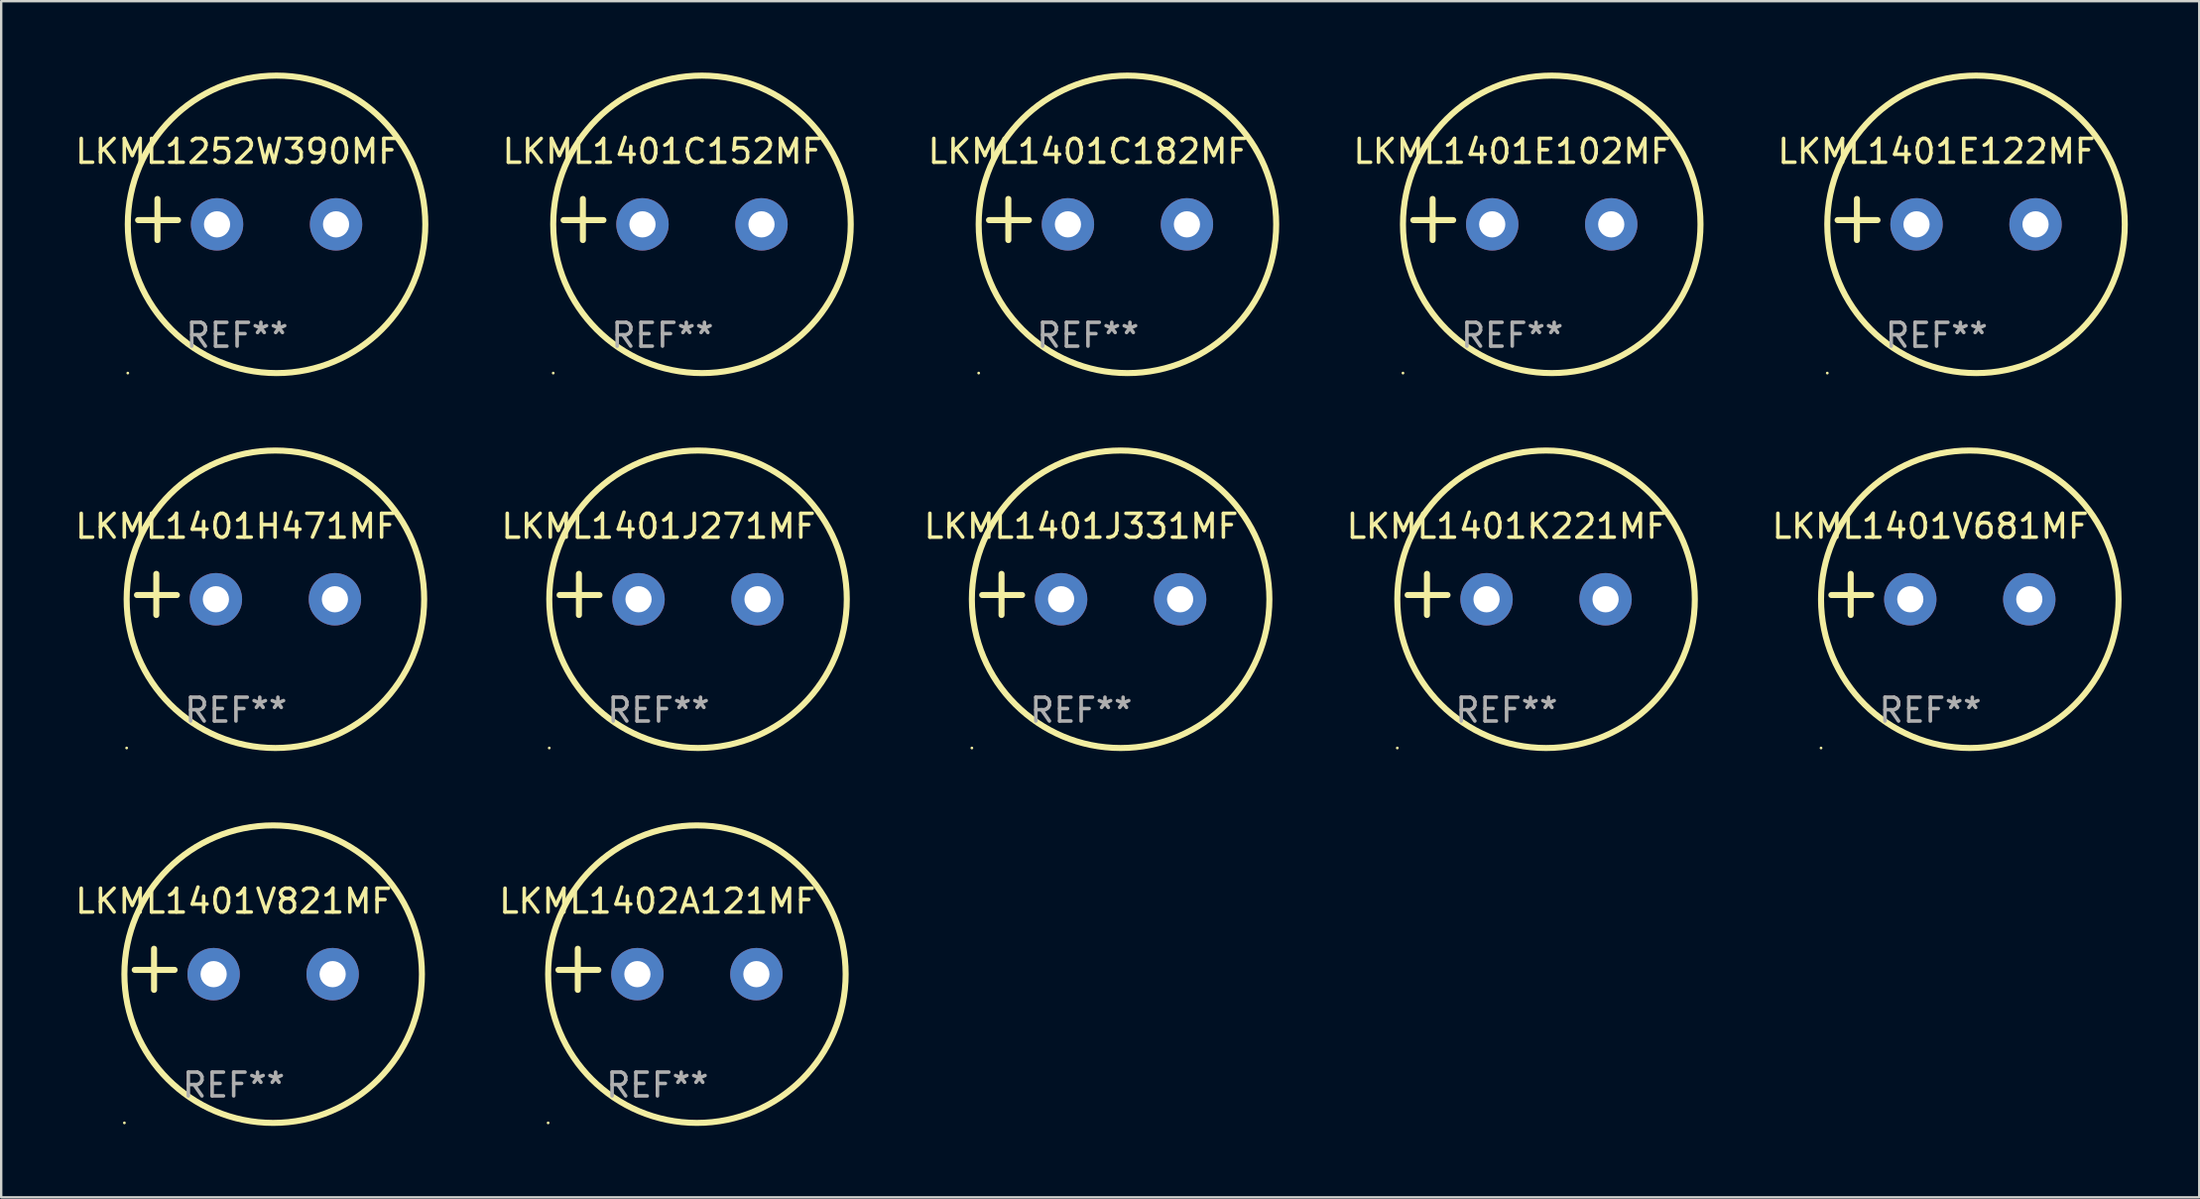
<source format=kicad_pcb>
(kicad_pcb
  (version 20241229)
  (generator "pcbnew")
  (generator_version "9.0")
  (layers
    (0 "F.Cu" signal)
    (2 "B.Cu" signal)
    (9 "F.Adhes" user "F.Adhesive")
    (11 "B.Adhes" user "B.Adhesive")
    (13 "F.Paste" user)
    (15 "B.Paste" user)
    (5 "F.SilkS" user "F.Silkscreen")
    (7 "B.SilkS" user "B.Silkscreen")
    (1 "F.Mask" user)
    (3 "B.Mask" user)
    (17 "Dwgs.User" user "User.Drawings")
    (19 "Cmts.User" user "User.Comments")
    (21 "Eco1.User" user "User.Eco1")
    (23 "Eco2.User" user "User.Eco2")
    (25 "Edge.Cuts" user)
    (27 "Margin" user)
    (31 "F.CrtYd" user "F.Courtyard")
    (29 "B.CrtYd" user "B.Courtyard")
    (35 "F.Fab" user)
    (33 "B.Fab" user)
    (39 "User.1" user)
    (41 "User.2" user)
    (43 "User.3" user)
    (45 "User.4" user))
  (footprint "LKML1401J271MF"
    (layer "F.Cu")
    (at 24.619 21.928)
    (property "Reference" "LKML1401J271MF" (at 0 -2.864 0) (layer "F.SilkS") (effects (font (size 1 1) (thickness 0.15))))
    (attr through_hole)
    (fp_line (start -3.346 0.864) (end -3.346 -0.864) (stroke (width 0.254) (type solid)) (layer "F.SilkS"))
    (fp_line (start -2.482 0.025) (end -4.158 0.025) (stroke (width 0.254) (type solid)) (layer "F.SilkS"))
    (fp_circle (center -4.592 6.453) (end -4.562 6.453) (stroke (width 0.06) (type solid)) (fill no) (layer "F.SilkS"))
    (fp_circle (center 1.658 0.203) (end 7.908 0.203) (stroke (width 0.254) (type solid)) (fill no) (layer "F.SilkS"))
    (fp_text user "REF**" (at 0 4.864 0) (layer "F.Fab") (effects (font (size 1 1) (thickness 0.15))))
    (pad "1" thru_hole circle (at -0.842 0.203) (size 2.2 2.2) (drill 1.1) (layers "*.Cu" "*.Mask"))
    (pad "2" thru_hole circle (at 4.158 0.203) (size 2.2 2.2) (drill 1.1) (layers "*.Cu" "*.Mask")))
  (footprint "LKML1401E122MF"
    (layer "F.Cu")
    (at 78.313 6.174)
    (property "Reference" "LKML1401E122MF" (at 0 -2.864 0) (layer "F.SilkS") (effects (font (size 1 1) (thickness 0.15))))
    (attr through_hole)
    (fp_line (start -3.346 0.864) (end -3.346 -0.864) (stroke (width 0.254) (type solid)) (layer "F.SilkS"))
    (fp_line (start -2.482 0.025) (end -4.158 0.025) (stroke (width 0.254) (type solid)) (layer "F.SilkS"))
    (fp_circle (center -4.592 6.453) (end -4.562 6.453) (stroke (width 0.06) (type solid)) (fill no) (layer "F.SilkS"))
    (fp_circle (center 1.658 0.203) (end 7.908 0.203) (stroke (width 0.254) (type solid)) (fill no) (layer "F.SilkS"))
    (fp_text user "REF**" (at 0 4.864 0) (layer "F.Fab") (effects (font (size 1 1) (thickness 0.15))))
    (pad "1" thru_hole circle (at -0.842 0.203) (size 2.2 2.2) (drill 1.1) (layers "*.Cu" "*.Mask"))
    (pad "2" thru_hole circle (at 4.158 0.203) (size 2.2 2.2) (drill 1.1) (layers "*.Cu" "*.Mask")))
  (footprint "LKML1401V681MF"
    (layer "F.Cu")
    (at 78.051 21.928)
    (property "Reference" "LKML1401V681MF" (at 0 -2.864 0) (layer "F.SilkS") (effects (font (size 1 1) (thickness 0.15))))
    (attr through_hole)
    (fp_line (start -3.346 0.864) (end -3.346 -0.864) (stroke (width 0.254) (type solid)) (layer "F.SilkS"))
    (fp_line (start -2.482 0.025) (end -4.158 0.025) (stroke (width 0.254) (type solid)) (layer "F.SilkS"))
    (fp_circle (center -4.592 6.453) (end -4.562 6.453) (stroke (width 0.06) (type solid)) (fill no) (layer "F.SilkS"))
    (fp_circle (center 1.658 0.203) (end 7.908 0.203) (stroke (width 0.254) (type solid)) (fill no) (layer "F.SilkS"))
    (fp_text user "REF**" (at 0 4.864 0) (layer "F.Fab") (effects (font (size 1 1) (thickness 0.15))))
    (pad "1" thru_hole circle (at -0.842 0.203) (size 2.2 2.2) (drill 1.1) (layers "*.Cu" "*.Mask"))
    (pad "2" thru_hole circle (at 4.158 0.203) (size 2.2 2.2) (drill 1.1) (layers "*.Cu" "*.Mask")))
  (footprint "LKML1401E102MF"
    (layer "F.Cu")
    (at 60.486 6.174)
    (property "Reference" "LKML1401E102MF" (at 0 -2.864 0) (layer "F.SilkS") (effects (font (size 1 1) (thickness 0.15))))
    (attr through_hole)
    (fp_line (start -3.346 0.864) (end -3.346 -0.864) (stroke (width 0.254) (type solid)) (layer "F.SilkS"))
    (fp_line (start -2.482 0.025) (end -4.158 0.025) (stroke (width 0.254) (type solid)) (layer "F.SilkS"))
    (fp_circle (center -4.592 6.453) (end -4.562 6.453) (stroke (width 0.06) (type solid)) (fill no) (layer "F.SilkS"))
    (fp_circle (center 1.658 0.203) (end 7.908 0.203) (stroke (width 0.254) (type solid)) (fill no) (layer "F.SilkS"))
    (fp_text user "REF**" (at 0 4.864 0) (layer "F.Fab") (effects (font (size 1 1) (thickness 0.15))))
    (pad "1" thru_hole circle (at -0.842 0.203) (size 2.2 2.2) (drill 1.1) (layers "*.Cu" "*.Mask"))
    (pad "2" thru_hole circle (at 4.158 0.203) (size 2.2 2.2) (drill 1.1) (layers "*.Cu" "*.Mask")))
  (footprint "LKML1401C152MF"
    (layer "F.Cu")
    (at 24.785 6.174)
    (property "Reference" "LKML1401C152MF" (at 0 -2.864 0) (layer "F.SilkS") (effects (font (size 1 1) (thickness 0.15))))
    (attr through_hole)
    (fp_line (start -3.346 0.864) (end -3.346 -0.864) (stroke (width 0.254) (type solid)) (layer "F.SilkS"))
    (fp_line (start -2.482 0.025) (end -4.158 0.025) (stroke (width 0.254) (type solid)) (layer "F.SilkS"))
    (fp_circle (center -4.592 6.453) (end -4.562 6.453) (stroke (width 0.06) (type solid)) (fill no) (layer "F.SilkS"))
    (fp_circle (center 1.658 0.203) (end 7.908 0.203) (stroke (width 0.254) (type solid)) (fill no) (layer "F.SilkS"))
    (fp_text user "REF**" (at 0 4.864 0) (layer "F.Fab") (effects (font (size 1 1) (thickness 0.15))))
    (pad "1" thru_hole circle (at -0.842 0.203) (size 2.2 2.2) (drill 1.1) (layers "*.Cu" "*.Mask"))
    (pad "2" thru_hole circle (at 4.158 0.203) (size 2.2 2.2) (drill 1.1) (layers "*.Cu" "*.Mask")))
  (footprint "LKML1401H471MF"
    (layer "F.Cu")
    (at 6.863 21.928)
    (property "Reference" "LKML1401H471MF" (at 0 -2.864 0) (layer "F.SilkS") (effects (font (size 1 1) (thickness 0.15))))
    (attr through_hole)
    (fp_line (start -3.346 0.864) (end -3.346 -0.864) (stroke (width 0.254) (type solid)) (layer "F.SilkS"))
    (fp_line (start -2.482 0.025) (end -4.158 0.025) (stroke (width 0.254) (type solid)) (layer "F.SilkS"))
    (fp_circle (center -4.592 6.453) (end -4.562 6.453) (stroke (width 0.06) (type solid)) (fill no) (layer "F.SilkS"))
    (fp_circle (center 1.658 0.203) (end 7.908 0.203) (stroke (width 0.254) (type solid)) (fill no) (layer "F.SilkS"))
    (fp_text user "REF**" (at 0 4.864 0) (layer "F.Fab") (effects (font (size 1 1) (thickness 0.15))))
    (pad "1" thru_hole circle (at -0.842 0.203) (size 2.2 2.2) (drill 1.1) (layers "*.Cu" "*.Mask"))
    (pad "2" thru_hole circle (at 4.158 0.203) (size 2.2 2.2) (drill 1.1) (layers "*.Cu" "*.Mask")))
  (footprint "LKML1401V821MF"
    (layer "F.Cu")
    (at 6.768 37.681)
    (property "Reference" "LKML1401V821MF" (at 0 -2.864 0) (layer "F.SilkS") (effects (font (size 1 1) (thickness 0.15))))
    (attr through_hole)
    (fp_line (start -3.346 0.864) (end -3.346 -0.864) (stroke (width 0.254) (type solid)) (layer "F.SilkS"))
    (fp_line (start -2.482 0.025) (end -4.158 0.025) (stroke (width 0.254) (type solid)) (layer "F.SilkS"))
    (fp_circle (center -4.592 6.453) (end -4.562 6.453) (stroke (width 0.06) (type solid)) (fill no) (layer "F.SilkS"))
    (fp_circle (center 1.658 0.203) (end 7.908 0.203) (stroke (width 0.254) (type solid)) (fill no) (layer "F.SilkS"))
    (fp_text user "REF**" (at 0 4.864 0) (layer "F.Fab") (effects (font (size 1 1) (thickness 0.15))))
    (pad "1" thru_hole circle (at -0.842 0.203) (size 2.2 2.2) (drill 1.1) (layers "*.Cu" "*.Mask"))
    (pad "2" thru_hole circle (at 4.158 0.203) (size 2.2 2.2) (drill 1.1) (layers "*.Cu" "*.Mask")))
  (footprint "LKML1252W390MF"
    (layer "F.Cu")
    (at 6.911 6.174)
    (property "Reference" "LKML1252W390MF" (at 0 -2.864 0) (layer "F.SilkS") (effects (font (size 1 1) (thickness 0.15))))
    (attr through_hole)
    (fp_line (start -3.346 0.864) (end -3.346 -0.864) (stroke (width 0.254) (type solid)) (layer "F.SilkS"))
    (fp_line (start -2.482 0.025) (end -4.158 0.025) (stroke (width 0.254) (type solid)) (layer "F.SilkS"))
    (fp_circle (center -4.592 6.453) (end -4.562 6.453) (stroke (width 0.06) (type solid)) (fill no) (layer "F.SilkS"))
    (fp_circle (center 1.658 0.203) (end 7.908 0.203) (stroke (width 0.254) (type solid)) (fill no) (layer "F.SilkS"))
    (fp_text user "REF**" (at 0 4.864 0) (layer "F.Fab") (effects (font (size 1 1) (thickness 0.15))))
    (pad "1" thru_hole circle (at -0.842 0.203) (size 2.2 2.2) (drill 1.1) (layers "*.Cu" "*.Mask"))
    (pad "2" thru_hole circle (at 4.158 0.203) (size 2.2 2.2) (drill 1.1) (layers "*.Cu" "*.Mask")))
  (footprint "LKML1402A121MF"
    (layer "F.Cu")
    (at 24.571 37.681)
    (property "Reference" "LKML1402A121MF" (at 0 -2.864 0) (layer "F.SilkS") (effects (font (size 1 1) (thickness 0.15))))
    (attr through_hole)
    (fp_line (start -3.346 0.864) (end -3.346 -0.864) (stroke (width 0.254) (type solid)) (layer "F.SilkS"))
    (fp_line (start -2.482 0.025) (end -4.158 0.025) (stroke (width 0.254) (type solid)) (layer "F.SilkS"))
    (fp_circle (center -4.592 6.453) (end -4.562 6.453) (stroke (width 0.06) (type solid)) (fill no) (layer "F.SilkS"))
    (fp_circle (center 1.658 0.203) (end 7.908 0.203) (stroke (width 0.254) (type solid)) (fill no) (layer "F.SilkS"))
    (fp_text user "REF**" (at 0 4.864 0) (layer "F.Fab") (effects (font (size 1 1) (thickness 0.15))))
    (pad "1" thru_hole circle (at -0.842 0.203) (size 2.2 2.2) (drill 1.1) (layers "*.Cu" "*.Mask"))
    (pad "2" thru_hole circle (at 4.158 0.203) (size 2.2 2.2) (drill 1.1) (layers "*.Cu" "*.Mask")))
  (footprint "LKML1401C182MF"
    (layer "F.Cu")
    (at 42.66 6.174)
    (property "Reference" "LKML1401C182MF" (at 0 -2.864 0) (layer "F.SilkS") (effects (font (size 1 1) (thickness 0.15))))
    (attr through_hole)
    (fp_line (start -3.346 0.864) (end -3.346 -0.864) (stroke (width 0.254) (type solid)) (layer "F.SilkS"))
    (fp_line (start -2.482 0.025) (end -4.158 0.025) (stroke (width 0.254) (type solid)) (layer "F.SilkS"))
    (fp_circle (center -4.592 6.453) (end -4.562 6.453) (stroke (width 0.06) (type solid)) (fill no) (layer "F.SilkS"))
    (fp_circle (center 1.658 0.203) (end 7.908 0.203) (stroke (width 0.254) (type solid)) (fill no) (layer "F.SilkS"))
    (fp_text user "REF**" (at 0 4.864 0) (layer "F.Fab") (effects (font (size 1 1) (thickness 0.15))))
    (pad "1" thru_hole circle (at -0.842 0.203) (size 2.2 2.2) (drill 1.1) (layers "*.Cu" "*.Mask"))
    (pad "2" thru_hole circle (at 4.158 0.203) (size 2.2 2.2) (drill 1.1) (layers "*.Cu" "*.Mask")))
  (footprint "LKML1401J331MF"
    (layer "F.Cu")
    (at 42.374 21.928)
    (property "Reference" "LKML1401J331MF" (at 0 -2.864 0) (layer "F.SilkS") (effects (font (size 1 1) (thickness 0.15))))
    (attr through_hole)
    (fp_line (start -3.346 0.864) (end -3.346 -0.864) (stroke (width 0.254) (type solid)) (layer "F.SilkS"))
    (fp_line (start -2.482 0.025) (end -4.158 0.025) (stroke (width 0.254) (type solid)) (layer "F.SilkS"))
    (fp_circle (center -4.592 6.453) (end -4.562 6.453) (stroke (width 0.06) (type solid)) (fill no) (layer "F.SilkS"))
    (fp_circle (center 1.658 0.203) (end 7.908 0.203) (stroke (width 0.254) (type solid)) (fill no) (layer "F.SilkS"))
    (fp_text user "REF**" (at 0 4.864 0) (layer "F.Fab") (effects (font (size 1 1) (thickness 0.15))))
    (pad "1" thru_hole circle (at -0.842 0.203) (size 2.2 2.2) (drill 1.1) (layers "*.Cu" "*.Mask"))
    (pad "2" thru_hole circle (at 4.158 0.203) (size 2.2 2.2) (drill 1.1) (layers "*.Cu" "*.Mask")))
  (footprint "LKML1401K221MF"
    (layer "F.Cu")
    (at 60.248 21.928)
    (property "Reference" "LKML1401K221MF" (at 0 -2.864 0) (layer "F.SilkS") (effects (font (size 1 1) (thickness 0.15))))
    (attr through_hole)
    (fp_line (start -3.346 0.864) (end -3.346 -0.864) (stroke (width 0.254) (type solid)) (layer "F.SilkS"))
    (fp_line (start -2.482 0.025) (end -4.158 0.025) (stroke (width 0.254) (type solid)) (layer "F.SilkS"))
    (fp_circle (center -4.592 6.453) (end -4.562 6.453) (stroke (width 0.06) (type solid)) (fill no) (layer "F.SilkS"))
    (fp_circle (center 1.658 0.203) (end 7.908 0.203) (stroke (width 0.254) (type solid)) (fill no) (layer "F.SilkS"))
    (fp_text user "REF**" (at 0 4.864 0) (layer "F.Fab") (effects (font (size 1 1) (thickness 0.15))))
    (pad "1" thru_hole circle (at -0.842 0.203) (size 2.2 2.2) (drill 1.1) (layers "*.Cu" "*.Mask"))
    (pad "2" thru_hole circle (at 4.158 0.203) (size 2.2 2.2) (drill 1.1) (layers "*.Cu" "*.Mask")))
  (gr_rect
    (start -3 -3)
    (end 89.349 47.262)
    (stroke (width 0.1) (type default))
    (fill no)
    (layer "Edge.Cuts")))
</source>
